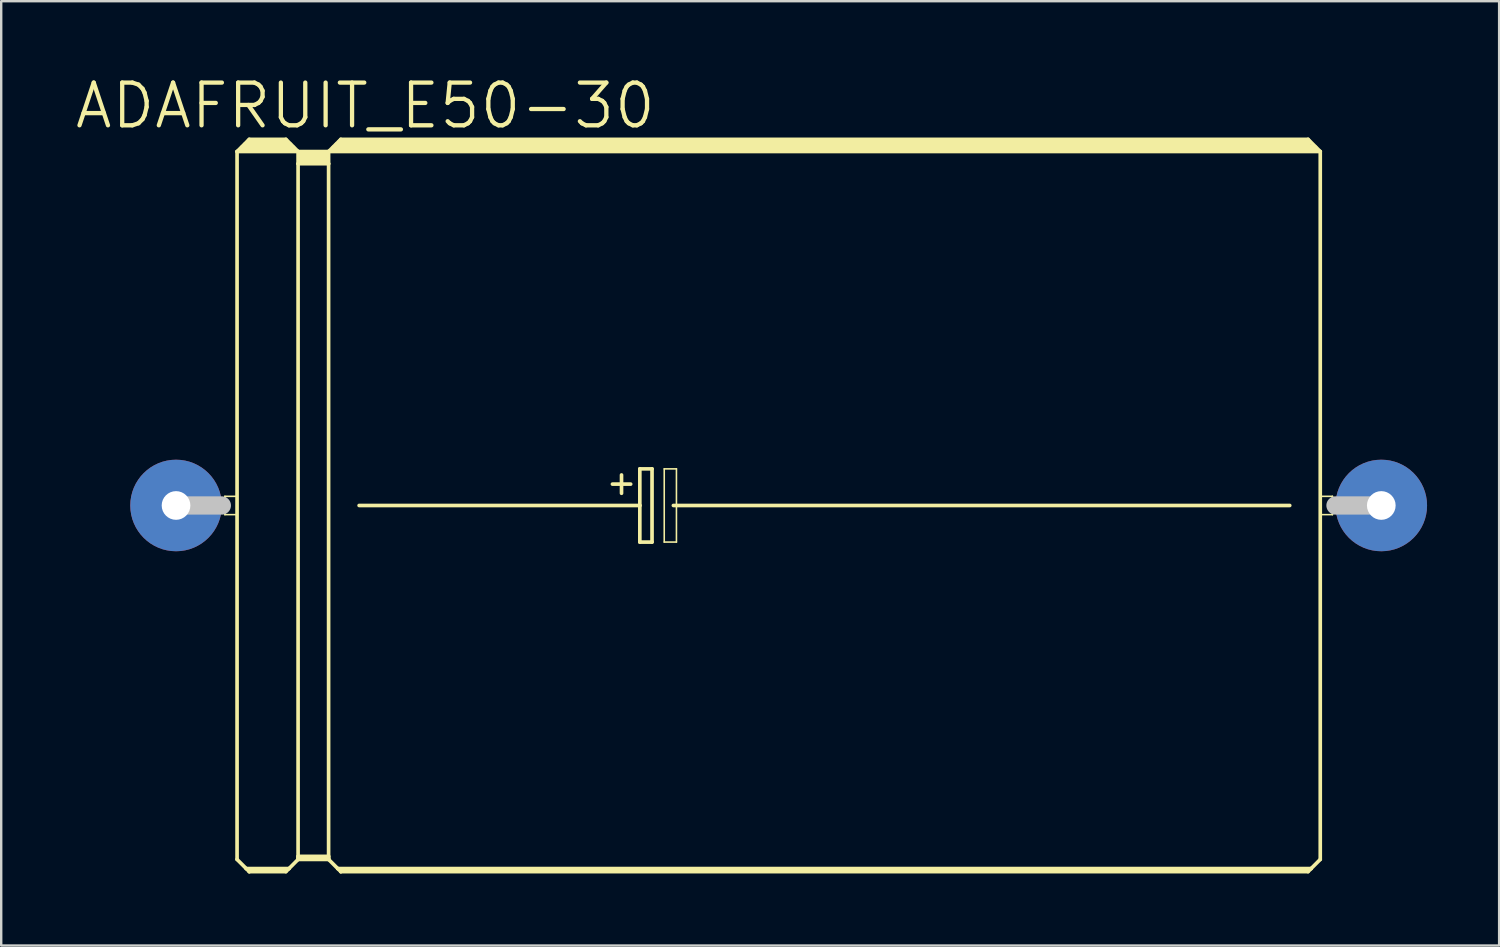
<source format=kicad_pcb>
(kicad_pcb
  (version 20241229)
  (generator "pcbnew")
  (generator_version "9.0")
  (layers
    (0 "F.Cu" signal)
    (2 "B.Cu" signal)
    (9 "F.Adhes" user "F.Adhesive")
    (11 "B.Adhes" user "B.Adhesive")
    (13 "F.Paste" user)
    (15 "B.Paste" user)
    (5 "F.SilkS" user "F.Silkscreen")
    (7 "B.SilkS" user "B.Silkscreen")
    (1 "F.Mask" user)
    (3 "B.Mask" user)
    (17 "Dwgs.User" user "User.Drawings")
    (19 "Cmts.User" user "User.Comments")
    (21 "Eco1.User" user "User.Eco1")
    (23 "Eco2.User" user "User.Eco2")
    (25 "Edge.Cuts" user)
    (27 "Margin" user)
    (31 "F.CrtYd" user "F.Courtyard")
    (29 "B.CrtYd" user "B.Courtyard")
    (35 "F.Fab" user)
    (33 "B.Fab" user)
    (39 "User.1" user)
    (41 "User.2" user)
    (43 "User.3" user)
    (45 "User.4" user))
  (footprint "ADAFRUIT_E50-30"
    (layer "F.Cu")
    (at 29.677 17.989)
    (property "Reference" "ADAFRUIT_E50-30" (at -17.523 -16.637 0) (layer "F.SilkS") (effects (font (size 1.778 1.778) (thickness 0.178))))
    (attr exclude_from_pos_files exclude_from_bom)
    (fp_line (start -23.368 -0.381) (end -22.86 -0.381) (stroke (width 0.066) (type solid)) (layer "F.SilkS"))
    (fp_line (start -23.368 0.381) (end -23.368 -0.381) (stroke (width 0.066) (type solid)) (layer "F.SilkS"))
    (fp_line (start -23.368 0.381) (end -22.86 0.381) (stroke (width 0.066) (type solid)) (layer "F.SilkS"))
    (fp_line (start -22.86 -14.732) (end -22.86 14.732) (stroke (width 0.152) (type solid)) (layer "F.SilkS"))
    (fp_line (start -22.86 -14.732) (end -22.352 -15.24) (stroke (width 0.152) (type solid)) (layer "F.SilkS"))
    (fp_line (start -22.86 -14.732) (end -20.32 -14.732) (stroke (width 0.152) (type solid)) (layer "F.SilkS"))
    (fp_line (start -22.86 0.381) (end -22.86 -0.381) (stroke (width 0.066) (type solid)) (layer "F.SilkS"))
    (fp_line (start -22.86 14.732) (end -22.479 15.113) (stroke (width 0.152) (type solid)) (layer "F.SilkS"))
    (fp_line (start -22.606 -14.859) (end -22.479 -14.859) (stroke (width 0.305) (type solid)) (layer "F.SilkS"))
    (fp_line (start -22.479 -14.859) (end -22.479 -14.986) (stroke (width 0.305) (type solid)) (layer "F.SilkS"))
    (fp_line (start -22.479 -14.859) (end -20.698 -14.859) (stroke (width 0.305) (type solid)) (layer "F.SilkS"))
    (fp_line (start -22.479 15.113) (end -22.352 15.24) (stroke (width 0.152) (type solid)) (layer "F.SilkS"))
    (fp_line (start -22.479 15.113) (end -20.698 15.113) (stroke (width 0.152) (type solid)) (layer "F.SilkS"))
    (fp_line (start -22.352 -15.24) (end -20.828 -15.24) (stroke (width 0.152) (type solid)) (layer "F.SilkS"))
    (fp_line (start -22.352 -15.113) (end -20.828 -15.113) (stroke (width 0.305) (type solid)) (layer "F.SilkS"))
    (fp_line (start -22.352 15.189) (end -20.828 15.189) (stroke (width 0.152) (type solid)) (layer "F.SilkS"))
    (fp_line (start -22.352 15.24) (end -22.352 15.189) (stroke (width 0.152) (type solid)) (layer "F.SilkS"))
    (fp_line (start -22.352 15.24) (end -20.828 15.24) (stroke (width 0.152) (type solid)) (layer "F.SilkS"))
    (fp_line (start -20.698 -14.859) (end -20.698 -14.986) (stroke (width 0.305) (type solid)) (layer "F.SilkS"))
    (fp_line (start -20.698 -14.859) (end -20.574 -14.859) (stroke (width 0.305) (type solid)) (layer "F.SilkS"))
    (fp_line (start -20.698 15.113) (end -20.828 15.24) (stroke (width 0.152) (type solid)) (layer "F.SilkS"))
    (fp_line (start -20.32 -14.732) (end -20.828 -15.24) (stroke (width 0.152) (type solid)) (layer "F.SilkS"))
    (fp_line (start -20.32 -14.732) (end -20.32 -14.224) (stroke (width 0.152) (type solid)) (layer "F.SilkS"))
    (fp_line (start -20.32 -14.732) (end -19.05 -14.732) (stroke (width 0.152) (type solid)) (layer "F.SilkS"))
    (fp_line (start -20.32 -14.224) (end -20.32 14.605) (stroke (width 0.152) (type solid)) (layer "F.SilkS"))
    (fp_line (start -20.32 -14.224) (end -19.05 -14.224) (stroke (width 0.152) (type solid)) (layer "F.SilkS"))
    (fp_line (start -20.32 14.605) (end -20.32 14.681) (stroke (width 0.152) (type solid)) (layer "F.SilkS"))
    (fp_line (start -20.32 14.605) (end -19.05 14.605) (stroke (width 0.152) (type solid)) (layer "F.SilkS"))
    (fp_line (start -20.32 14.681) (end -20.32 14.732) (stroke (width 0.152) (type solid)) (layer "F.SilkS"))
    (fp_line (start -20.32 14.681) (end -19.05 14.681) (stroke (width 0.152) (type solid)) (layer "F.SilkS"))
    (fp_line (start -20.32 14.732) (end -20.698 15.113) (stroke (width 0.152) (type solid)) (layer "F.SilkS"))
    (fp_line (start -20.32 14.732) (end -19.05 14.732) (stroke (width 0.152) (type solid)) (layer "F.SilkS"))
    (fp_line (start -20.193 -14.605) (end -19.177 -14.605) (stroke (width 0.305) (type solid)) (layer "F.SilkS"))
    (fp_line (start -20.193 -14.348) (end -19.177 -14.348) (stroke (width 0.305) (type solid)) (layer "F.SilkS"))
    (fp_line (start -19.05 -14.732) (end -19.05 -14.224) (stroke (width 0.152) (type solid)) (layer "F.SilkS"))
    (fp_line (start -19.05 -14.732) (end 22.225 -14.732) (stroke (width 0.152) (type solid)) (layer "F.SilkS"))
    (fp_line (start -19.05 -14.224) (end -19.05 14.605) (stroke (width 0.152) (type solid)) (layer "F.SilkS"))
    (fp_line (start -19.05 14.605) (end -19.05 14.681) (stroke (width 0.152) (type solid)) (layer "F.SilkS"))
    (fp_line (start -19.05 14.681) (end -19.05 14.732) (stroke (width 0.152) (type solid)) (layer "F.SilkS"))
    (fp_line (start -19.05 14.732) (end -18.669 15.113) (stroke (width 0.152) (type solid)) (layer "F.SilkS"))
    (fp_line (start -18.796 -14.859) (end -18.669 -14.859) (stroke (width 0.305) (type solid)) (layer "F.SilkS"))
    (fp_line (start -18.669 -14.859) (end -18.669 -14.986) (stroke (width 0.305) (type solid)) (layer "F.SilkS"))
    (fp_line (start -18.669 -14.859) (end 21.971 -14.859) (stroke (width 0.305) (type solid)) (layer "F.SilkS"))
    (fp_line (start -18.669 15.113) (end -18.542 15.24) (stroke (width 0.152) (type solid)) (layer "F.SilkS"))
    (fp_line (start -18.669 15.113) (end 21.844 15.113) (stroke (width 0.152) (type solid)) (layer "F.SilkS"))
    (fp_line (start -18.542 -15.24) (end -19.05 -14.732) (stroke (width 0.152) (type solid)) (layer "F.SilkS"))
    (fp_line (start -18.542 -15.24) (end 21.717 -15.24) (stroke (width 0.152) (type solid)) (layer "F.SilkS"))
    (fp_line (start -18.542 -15.113) (end 21.717 -15.113) (stroke (width 0.305) (type solid)) (layer "F.SilkS"))
    (fp_line (start -18.542 15.189) (end 21.717 15.189) (stroke (width 0.152) (type solid)) (layer "F.SilkS"))
    (fp_line (start -18.542 15.24) (end -18.542 15.189) (stroke (width 0.152) (type solid)) (layer "F.SilkS"))
    (fp_line (start -17.78 0) (end -6.096 0) (stroke (width 0.152) (type solid)) (layer "F.SilkS"))
    (fp_line (start -7.236 -0.889) (end -6.477 -0.889) (stroke (width 0.152) (type solid)) (layer "F.SilkS"))
    (fp_line (start -6.858 -1.27) (end -6.858 -0.508) (stroke (width 0.152) (type solid)) (layer "F.SilkS"))
    (fp_line (start -6.096 -1.524) (end -6.096 0) (stroke (width 0.152) (type solid)) (layer "F.SilkS"))
    (fp_line (start -6.096 0) (end -6.096 1.524) (stroke (width 0.152) (type solid)) (layer "F.SilkS"))
    (fp_line (start -6.096 1.524) (end -5.588 1.524) (stroke (width 0.152) (type solid)) (layer "F.SilkS"))
    (fp_line (start -5.588 -1.524) (end -6.096 -1.524) (stroke (width 0.152) (type solid)) (layer "F.SilkS"))
    (fp_line (start -5.588 1.524) (end -5.588 -1.524) (stroke (width 0.152) (type solid)) (layer "F.SilkS"))
    (fp_line (start -5.08 -1.524) (end -4.572 -1.524) (stroke (width 0.066) (type solid)) (layer "F.SilkS"))
    (fp_line (start -5.08 1.524) (end -5.08 -1.524) (stroke (width 0.066) (type solid)) (layer "F.SilkS"))
    (fp_line (start -5.08 1.524) (end -4.572 1.524) (stroke (width 0.066) (type solid)) (layer "F.SilkS"))
    (fp_line (start -4.699 0) (end 20.955 0) (stroke (width 0.152) (type solid)) (layer "F.SilkS"))
    (fp_line (start -4.572 1.524) (end -4.572 -1.524) (stroke (width 0.066) (type solid)) (layer "F.SilkS"))
    (fp_line (start 21.717 -15.24) (end 22.225 -14.732) (stroke (width 0.152) (type solid)) (layer "F.SilkS"))
    (fp_line (start 21.717 15.24) (end -18.542 15.24) (stroke (width 0.152) (type solid)) (layer "F.SilkS"))
    (fp_line (start 21.844 15.113) (end 21.717 15.24) (stroke (width 0.152) (type solid)) (layer "F.SilkS"))
    (fp_line (start 22.225 -14.732) (end 22.225 14.732) (stroke (width 0.152) (type solid)) (layer "F.SilkS"))
    (fp_line (start 22.225 -0.381) (end 22.733 -0.381) (stroke (width 0.066) (type solid)) (layer "F.SilkS"))
    (fp_line (start 22.225 0.381) (end 22.225 -0.381) (stroke (width 0.066) (type solid)) (layer "F.SilkS"))
    (fp_line (start 22.225 0.381) (end 22.733 0.381) (stroke (width 0.066) (type solid)) (layer "F.SilkS"))
    (fp_line (start 22.225 14.732) (end 21.844 15.113) (stroke (width 0.152) (type solid)) (layer "F.SilkS"))
    (fp_line (start 22.733 0.381) (end 22.733 -0.381) (stroke (width 0.066) (type solid)) (layer "F.SilkS"))
    (fp_line (start -25.4 0) (end -23.495 0) (stroke (width 0.762) (type solid)) (layer "Dwgs.User"))
    (fp_line (start 24.765 0) (end 22.86 0) (stroke (width 0.762) (type solid)) (layer "Dwgs.User"))
    (pad "+" thru_hole circle (at -25.4 0) (size 3.81 3.81) (drill 1.194) (layers "*.Cu" "*.Paste" "*.Mask"))
    (pad "-" thru_hole circle (at 24.765 0) (size 3.81 3.81) (drill 1.194) (layers "*.Cu" "*.Paste" "*.Mask")))
  (gr_rect
    (start -3 -3)
    (end 59.347 36.305)
    (stroke (width 0.1) (type default))
    (fill no)
    (layer "Edge.Cuts")))
</source>
